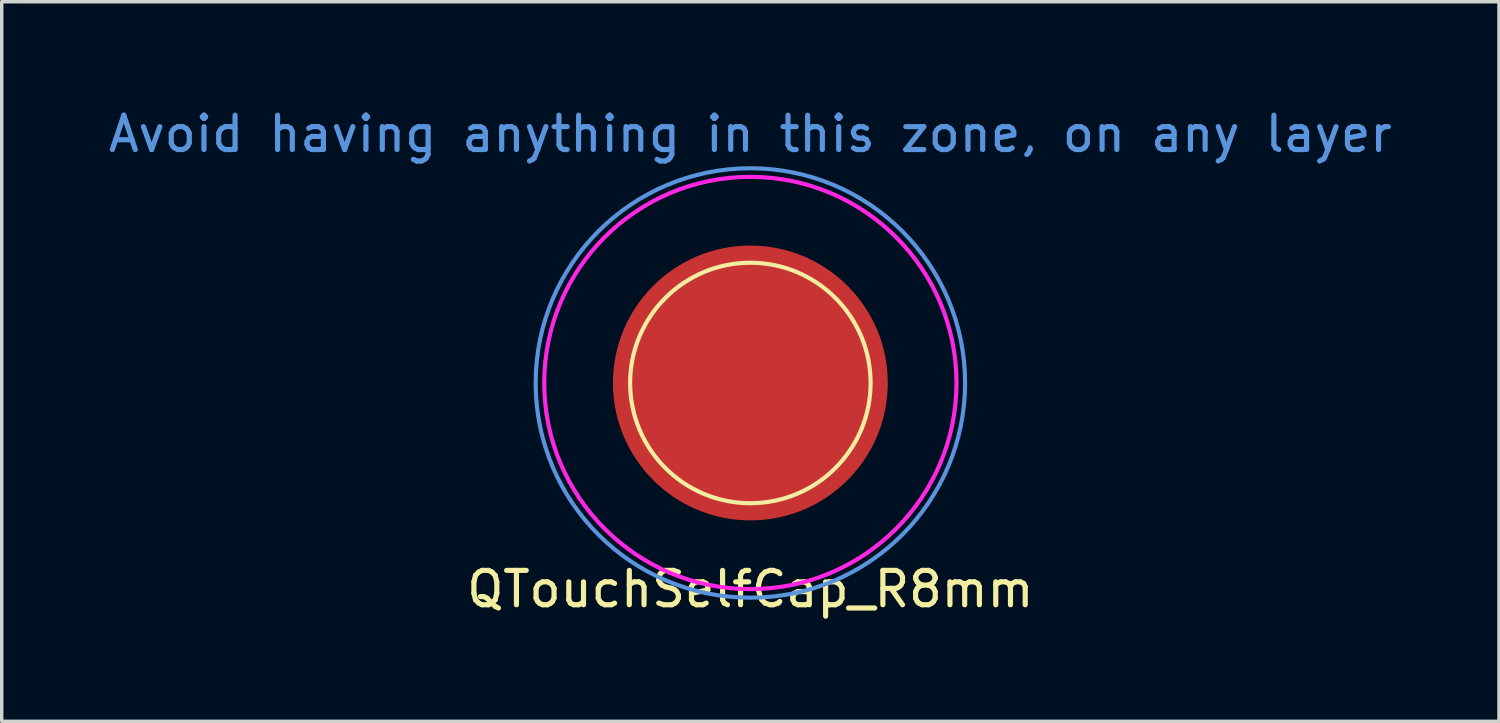
<source format=kicad_pcb>
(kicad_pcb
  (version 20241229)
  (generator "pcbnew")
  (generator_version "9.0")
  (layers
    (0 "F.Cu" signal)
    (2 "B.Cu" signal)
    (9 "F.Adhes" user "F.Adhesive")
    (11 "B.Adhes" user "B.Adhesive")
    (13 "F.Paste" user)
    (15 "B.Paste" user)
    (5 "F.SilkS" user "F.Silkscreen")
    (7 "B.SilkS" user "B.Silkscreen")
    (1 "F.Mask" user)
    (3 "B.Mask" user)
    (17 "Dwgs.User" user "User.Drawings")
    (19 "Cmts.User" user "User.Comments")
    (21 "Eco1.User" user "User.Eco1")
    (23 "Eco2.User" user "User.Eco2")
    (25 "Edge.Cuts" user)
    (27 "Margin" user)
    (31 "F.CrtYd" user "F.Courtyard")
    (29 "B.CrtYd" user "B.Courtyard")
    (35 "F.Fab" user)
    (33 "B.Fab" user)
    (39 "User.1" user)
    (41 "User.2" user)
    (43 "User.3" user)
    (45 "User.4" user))
  (footprint "QTouchSelfCap_R8mm"
    (layer "F.Cu")
    (at 18.792 8.098)
    (property "Reference" "QTouchSelfCap_R8mm" (at 0 6 0) (layer "F.SilkS") (effects (font (size 1 1) (thickness 0.15))))
    (attr exclude_from_pos_files exclude_from_bom)
    (fp_circle (center 0 0) (end 3.5 0) (stroke (width 0.12) (type solid)) (fill no) (layer "F.SilkS"))
    (fp_circle (center 0 0) (end 6.25 0) (stroke (width 0.12) (type solid)) (fill no) (layer "Cmts.User"))
    (fp_circle (center 0 0) (end 6 0) (stroke (width 0.12) (type solid)) (fill no) (layer "F.CrtYd"))
    (fp_text user "Avoid having anything in this zone, on any layer" (at 0 -7.25 0) (layer "Cmts.User") (effects (font (size 1 1) (thickness 0.15))))
    (pad "1" smd circle (at 0 0) (size 8 8) (layers "F.Cu")))
  (gr_rect
    (start -3 -3)
    (end 40.583 17.947)
    (stroke (width 0.1) (type default))
    (fill no)
    (layer "Edge.Cuts")))
</source>
